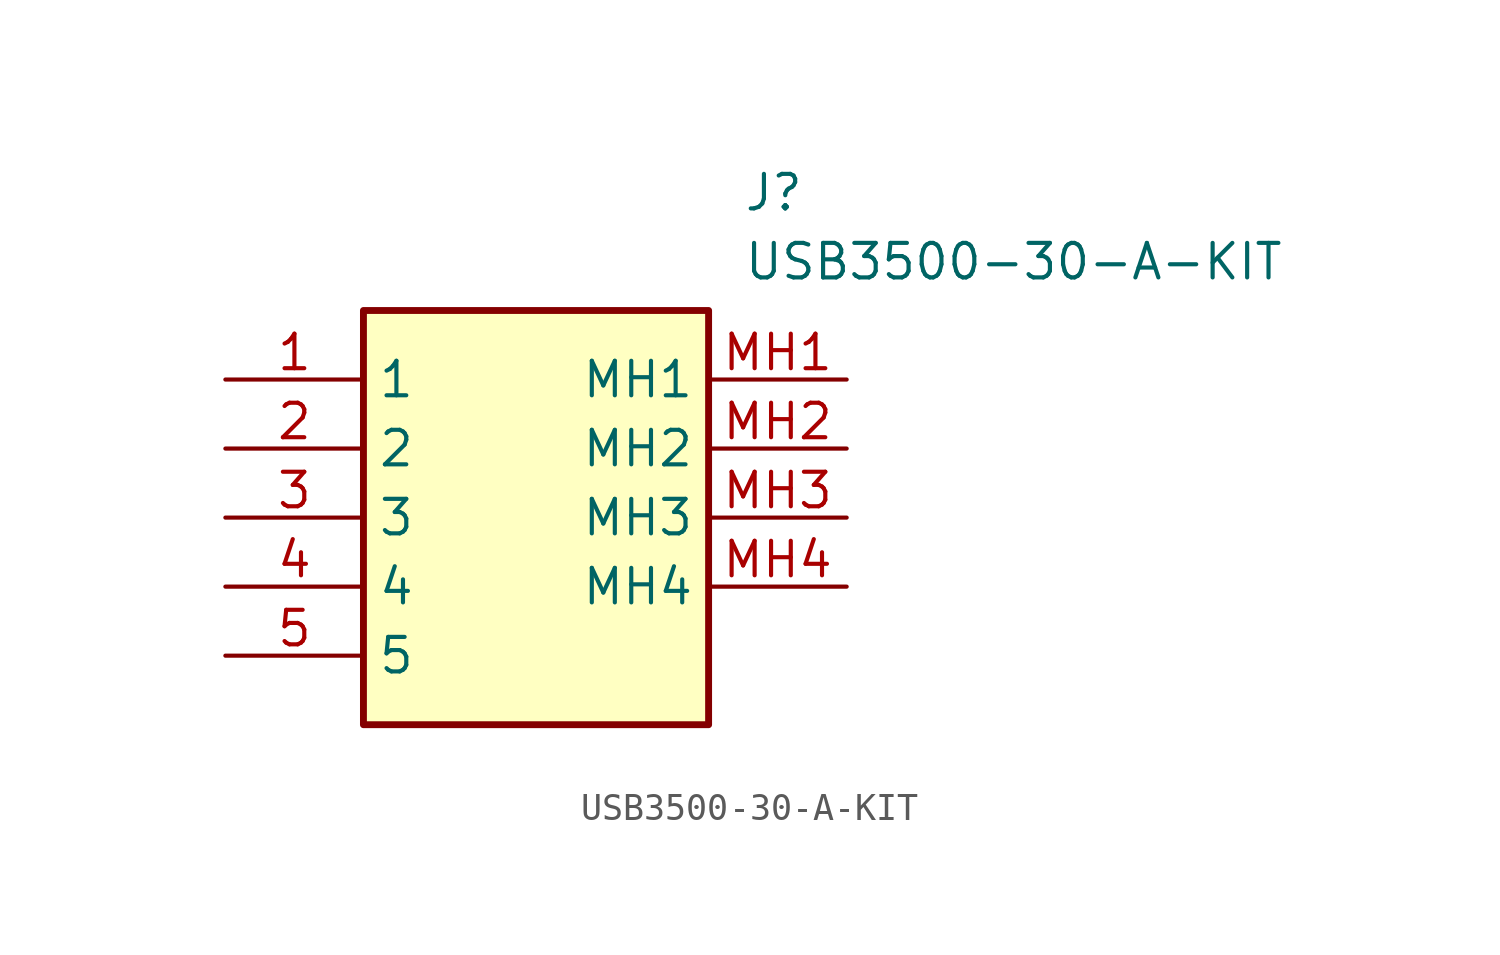
<source format=kicad_sym>
(kicad_symbol_lib
  (version 20211014)
  (generator SamacSys_ECAD_Model)
  (symbol "USB3500-30-A-KIT"
    (property "Reference" "J"
      (at 19.05 7.62 0)
      (effects (font (size 1.27 1.27)) (justify left top)))
    (property "Value" "USB3500-30-A-KIT"
      (at 19.05 5.08 0)
      (effects (font (size 1.27 1.27)) (justify left top)))
    (rectangle
      (start 5.08 2.54)
      (end 17.78 -12.7)
      (stroke (width 0.254) (type default))
      (fill (type background)))
    (pin passive line
      (at 0 0 0)
      (length 5.08)
      (name "1" (effects (font (size 1.27 1.27))))
      (number "1" (effects (font (size 1.27 1.27)))))
    (pin passive line
      (at 0 -2.54 0)
      (length 5.08)
      (name "2" (effects (font (size 1.27 1.27))))
      (number "2" (effects (font (size 1.27 1.27)))))
    (pin passive line
      (at 0 -5.08 0)
      (length 5.08)
      (name "3" (effects (font (size 1.27 1.27))))
      (number "3" (effects (font (size 1.27 1.27)))))
    (pin passive line
      (at 0 -7.62 0)
      (length 5.08)
      (name "4" (effects (font (size 1.27 1.27))))
      (number "4" (effects (font (size 1.27 1.27)))))
    (pin passive line
      (at 0 -10.16 0)
      (length 5.08)
      (name "5" (effects (font (size 1.27 1.27))))
      (number "5" (effects (font (size 1.27 1.27)))))
    (pin passive line
      (at 22.86 0 180)
      (length 5.08)
      (name "MH1" (effects (font (size 1.27 1.27))))
      (number "MH1" (effects (font (size 1.27 1.27)))))
    (pin passive line
      (at 22.86 -2.54 180)
      (length 5.08)
      (name "MH2" (effects (font (size 1.27 1.27))))
      (number "MH2" (effects (font (size 1.27 1.27)))))
    (pin passive line
      (at 22.86 -5.08 180)
      (length 5.08)
      (name "MH3" (effects (font (size 1.27 1.27))))
      (number "MH3" (effects (font (size 1.27 1.27)))))
    (pin passive line
      (at 22.86 -7.62 180)
      (length 5.08)
      (name "MH4" (effects (font (size 1.27 1.27))))
      (number "MH4" (effects (font (size 1.27 1.27)))))))
</source>
